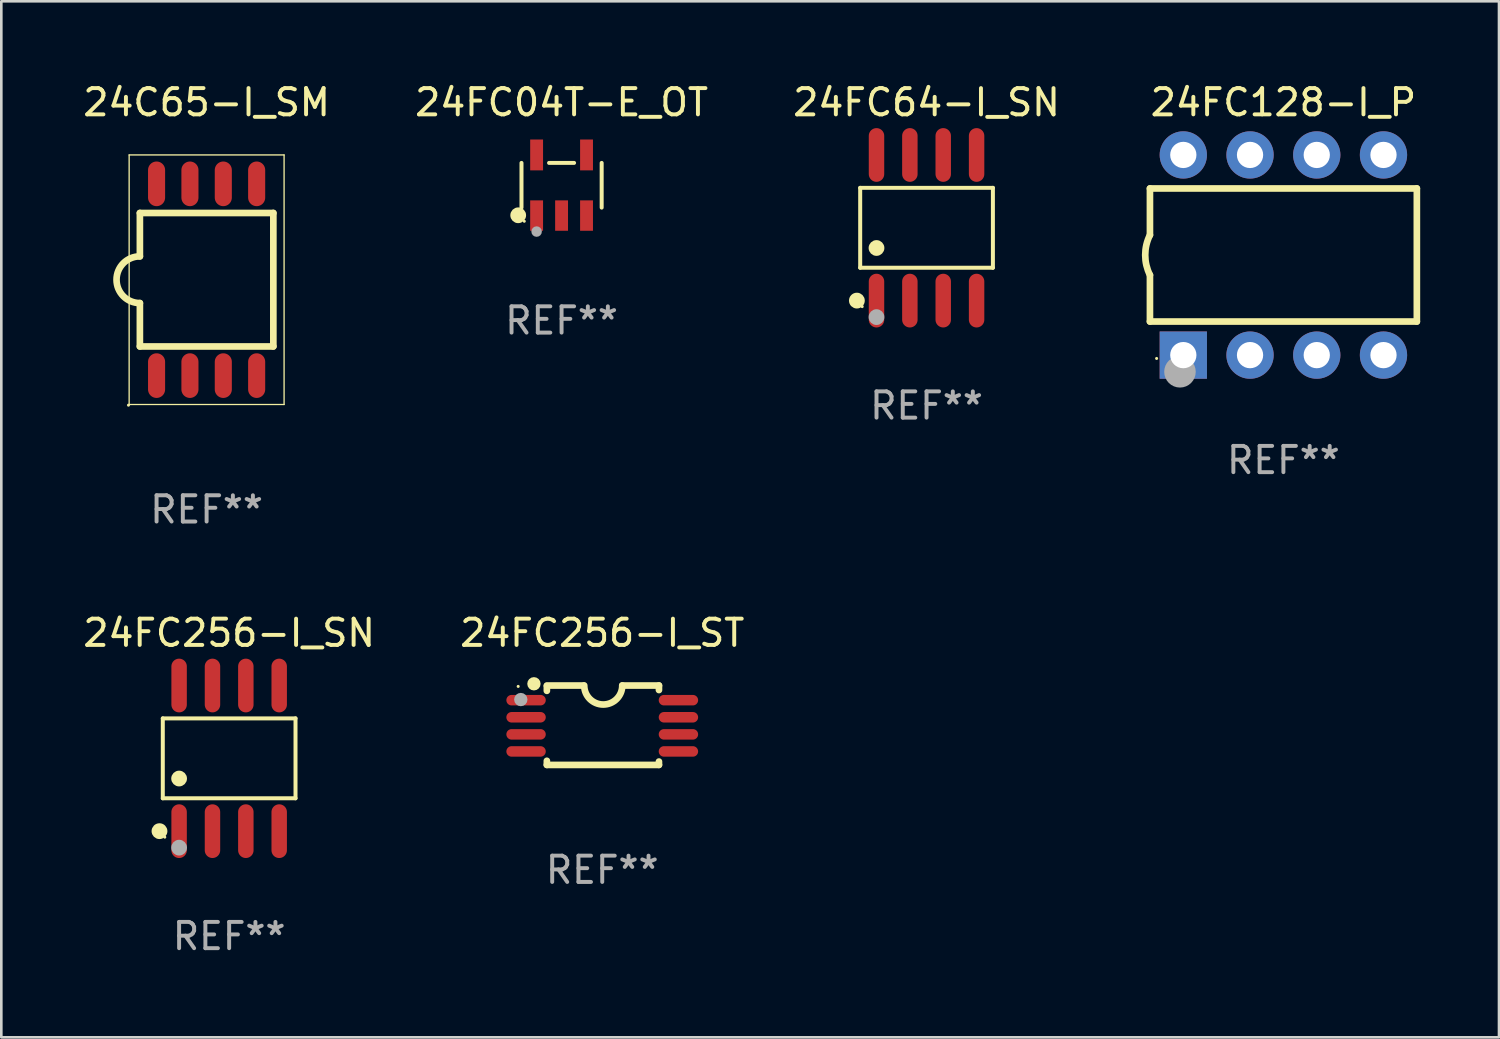
<source format=kicad_pcb>
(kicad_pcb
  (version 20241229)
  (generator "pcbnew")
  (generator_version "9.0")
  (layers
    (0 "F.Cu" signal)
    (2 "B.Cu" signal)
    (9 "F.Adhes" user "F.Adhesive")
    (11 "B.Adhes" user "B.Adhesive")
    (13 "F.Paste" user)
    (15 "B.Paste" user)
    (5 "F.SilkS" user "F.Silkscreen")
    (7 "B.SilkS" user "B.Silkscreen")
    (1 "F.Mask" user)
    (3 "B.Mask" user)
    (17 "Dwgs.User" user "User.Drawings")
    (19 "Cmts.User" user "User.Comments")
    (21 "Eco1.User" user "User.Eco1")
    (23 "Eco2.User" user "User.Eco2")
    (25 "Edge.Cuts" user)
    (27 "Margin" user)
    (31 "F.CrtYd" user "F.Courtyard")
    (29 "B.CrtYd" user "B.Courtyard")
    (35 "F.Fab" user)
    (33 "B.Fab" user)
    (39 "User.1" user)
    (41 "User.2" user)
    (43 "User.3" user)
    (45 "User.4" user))
  (footprint "24FC256-I_ST"
    (layer "F.Cu")
    (at 19.875 24.556)
    (property "Reference" "24FC256-I_ST" (at 0 -3.511 0) (layer "F.SilkS") (effects (font (size 1 1) (thickness 0.15))))
    (attr through_hole)
    (fp_line (start -2.108 -1.511) (end -0.711 -1.511) (stroke (width 0.254) (type solid)) (layer "F.SilkS"))
    (fp_line (start -2.108 -1.309) (end -2.108 -1.486) (stroke (width 0.254) (type solid)) (layer "F.SilkS"))
    (fp_line (start -2.108 1.511) (end -2.108 1.355) (stroke (width 0.254) (type solid)) (layer "F.SilkS"))
    (fp_line (start 0.762 -1.511) (end 2.159 -1.511) (stroke (width 0.254) (type solid)) (layer "F.SilkS"))
    (fp_line (start 2.159 -1.511) (end 2.159 -1.339) (stroke (width 0.254) (type solid)) (layer "F.SilkS"))
    (fp_line (start 2.159 1.384) (end 2.159 1.511) (stroke (width 0.254) (type solid)) (layer "F.SilkS"))
    (fp_line (start 2.159 1.511) (end -2.108 1.511) (stroke (width 0.254) (type solid)) (layer "F.SilkS"))
    (fp_arc (start 0.762002 -1.511303) (mid 0.0381 -0.787401) (end -0.685802 -1.511303) (stroke (width 0.254001) (type solid)) (layer "F.SilkS"))
    (fp_circle (center -3.2 -1.477) (end -3.17 -1.477) (stroke (width 0.06) (type solid)) (fill no) (layer "F.SilkS"))
    (fp_circle (center -2.6 -1.577) (end -2.473 -1.577) (stroke (width 0.254) (type solid)) (fill no) (layer "F.SilkS"))
    (fp_circle (center -3.1 -0.977) (end -2.973 -0.977) (stroke (width 0.254) (type solid)) (fill no) (layer "F.Fab"))
    (fp_text user "REF**" (at 0 5.511 0) (layer "F.Fab") (effects (font (size 1 1) (thickness 0.15))))
    (pad "1" smd oval (at -2.9 -0.953 90) (size 0.4 1.5) (layers "F.Cu" "F.Mask" "F.Paste"))
    (pad "2" smd oval (at -2.9 -0.302 90) (size 0.4 1.5) (layers "F.Cu" "F.Mask" "F.Paste"))
    (pad "3" smd oval (at -2.9 0.348 90) (size 0.4 1.5) (layers "F.Cu" "F.Mask" "F.Paste"))
    (pad "4" smd oval (at -2.9 0.998 90) (size 0.4 1.5) (layers "F.Cu" "F.Mask" "F.Paste"))
    (pad "5" smd oval (at 2.9 0.998 90) (size 0.4 1.5) (layers "F.Cu" "F.Mask" "F.Paste"))
    (pad "6" smd oval (at 2.9 0.348 90) (size 0.4 1.5) (layers "F.Cu" "F.Mask" "F.Paste"))
    (pad "7" smd oval (at 2.9 -0.302 90) (size 0.4 1.5) (layers "F.Cu" "F.Mask" "F.Paste"))
    (pad "8" smd oval (at 2.9 -0.953 90) (size 0.4 1.5) (layers "F.Cu" "F.Mask" "F.Paste")))
  (footprint "24FC128-I_P"
    (layer "F.Cu")
    (at 45.804 6.658)
    (property "Reference" "24FC128-I_P" (at 0 -5.81 0) (layer "F.SilkS") (effects (font (size 1 1) (thickness 0.15))))
    (attr through_hole)
    (fp_line (start -5.08 -2.534) (end 5.08 -2.534) (stroke (width 0.254) (type solid)) (layer "F.SilkS"))
    (fp_line (start -5.08 -0.762) (end -5.08 -2.534) (stroke (width 0.254) (type solid)) (layer "F.SilkS"))
    (fp_line (start -5.08 2.531) (end -5.08 0.762) (stroke (width 0.254) (type solid)) (layer "F.SilkS"))
    (fp_line (start -5.08 2.531) (end 5.08 2.531) (stroke (width 0.254) (type solid)) (layer "F.SilkS"))
    (fp_line (start 5.08 2.531) (end 5.08 -2.534) (stroke (width 0.254) (type solid)) (layer "F.SilkS"))
    (fp_arc (start -5.08001 0.762001) (mid -5.259894 0) (end -5.08001 -0.762002) (stroke (width 0.254001) (type solid)) (layer "F.SilkS"))
    (fp_circle (center -4.826 3.937) (end -4.796 3.937) (stroke (width 0.06) (type solid)) (fill no) (layer "F.SilkS"))
    (fp_circle (center -3.937 4.445) (end -3.637 4.445) (stroke (width 0.6) (type solid)) (fill no) (layer "F.Fab"))
    (fp_text user "REF**" (at 0 7.81 0) (layer "F.Fab") (effects (font (size 1 1) (thickness 0.15))))
    (pad "1" thru_hole rect (at -3.81 3.81) (size 1.8 1.8) (drill 1) (layers "*.Cu" "*.Mask"))
    (pad "2" thru_hole circle (at -1.27 3.81) (size 1.8 1.8) (drill 1) (layers "*.Cu" "*.Mask"))
    (pad "3" thru_hole circle (at 1.27 3.81) (size 1.8 1.8) (drill 1) (layers "*.Cu" "*.Mask"))
    (pad "4" thru_hole circle (at 3.81 3.81) (size 1.8 1.8) (drill 1) (layers "*.Cu" "*.Mask"))
    (pad "5" thru_hole circle (at 3.81 -3.81) (size 1.8 1.8) (drill 1) (layers "*.Cu" "*.Mask"))
    (pad "6" thru_hole circle (at 1.27 -3.81) (size 1.8 1.8) (drill 1) (layers "*.Cu" "*.Mask"))
    (pad "7" thru_hole circle (at -1.27 -3.81) (size 1.8 1.8) (drill 1) (layers "*.Cu" "*.Mask"))
    (pad "8" thru_hole circle (at -3.81 -3.81) (size 1.8 1.8) (drill 1) (layers "*.Cu" "*.Mask")))
  (footprint "24FC04T-E_OT"
    (layer "F.Cu")
    (at 18.327 4.002)
    (property "Reference" "24FC04T-E_OT" (at 0 -3.154 0) (layer "F.SilkS") (effects (font (size 1 1) (thickness 0.15))))
    (attr through_hole)
    (fp_line (start -1.526 0.851) (end -1.526 -0.851) (stroke (width 0.152) (type solid)) (layer "F.SilkS"))
    (fp_line (start 0.476 -0.851) (end -0.476 -0.851) (stroke (width 0.152) (type solid)) (layer "F.SilkS"))
    (fp_line (start 1.526 0.851) (end 1.526 -0.851) (stroke (width 0.152) (type solid)) (layer "F.SilkS"))
    (fp_circle (center -1.651 1.143) (end -1.501 1.143) (stroke (width 0.3) (type solid)) (fill no) (layer "F.SilkS"))
    (fp_circle (center -1.42 1.37) (end -1.39 1.37) (stroke (width 0.06) (type solid)) (fill no) (layer "F.SilkS"))
    (fp_circle (center -0.95 1.763) (end -0.85 1.763) (stroke (width 0.2) (type solid)) (fill no) (layer "F.Fab"))
    (fp_text user "REF**" (at 0 5.154 0) (layer "F.Fab") (effects (font (size 1 1) (thickness 0.15))))
    (pad "1" smd rect (at -0.95 1.154) (size 0.49 1.157) (layers "F.Cu" "F.Mask" "F.Paste"))
    (pad "2" smd rect (at 0 1.154) (size 0.49 1.157) (layers "F.Cu" "F.Mask" "F.Paste"))
    (pad "3" smd rect (at 0.95 1.154) (size 0.49 1.157) (layers "F.Cu" "F.Mask" "F.Paste"))
    (pad "4" smd rect (at 0.95 -1.154) (size 0.49 1.175) (layers "F.Cu" "F.Mask" "F.Paste"))
    (pad "5" smd rect (at -0.95 -1.154) (size 0.49 1.175) (layers "F.Cu" "F.Mask" "F.Paste")))
  (footprint "24FC64-I_SN"
    (layer "F.Cu")
    (at 32.22 5.621)
    (property "Reference" "24FC64-I_SN" (at 0 -4.772 0) (layer "F.SilkS") (effects (font (size 1 1) (thickness 0.15))))
    (attr through_hole)
    (fp_line (start -2.526 -1.521) (end 2.526 -1.521) (stroke (width 0.152) (type solid)) (layer "F.SilkS"))
    (fp_line (start -2.526 1.521) (end -2.526 -1.521) (stroke (width 0.152) (type solid)) (layer "F.SilkS"))
    (fp_line (start 2.526 -1.521) (end 2.526 1.521) (stroke (width 0.152) (type solid)) (layer "F.SilkS"))
    (fp_line (start 2.526 1.521) (end -2.526 1.521) (stroke (width 0.152) (type solid)) (layer "F.SilkS"))
    (fp_circle (center -2.652 2.772) (end -2.501 2.772) (stroke (width 0.3) (type solid)) (fill no) (layer "F.SilkS"))
    (fp_circle (center -2.45 3) (end -2.42 3) (stroke (width 0.06) (type solid)) (fill no) (layer "F.SilkS"))
    (fp_circle (center -1.905 0.769) (end -1.755 0.769) (stroke (width 0.3) (type solid)) (fill no) (layer "F.SilkS"))
    (fp_circle (center -1.905 3.4) (end -1.755 3.4) (stroke (width 0.3) (type solid)) (fill no) (layer "F.Fab"))
    (fp_text user "REF**" (at 0 6.772 0) (layer "F.Fab") (effects (font (size 1 1) (thickness 0.15))))
    (pad "1" smd oval (at -1.905 2.772) (size 0.588 2.045) (layers "F.Cu" "F.Mask" "F.Paste"))
    (pad "2" smd oval (at -0.635 2.772) (size 0.588 2.045) (layers "F.Cu" "F.Mask" "F.Paste"))
    (pad "3" smd oval (at 0.635 2.772) (size 0.588 2.045) (layers "F.Cu" "F.Mask" "F.Paste"))
    (pad "4" smd oval (at 1.905 2.772) (size 0.588 2.045) (layers "F.Cu" "F.Mask" "F.Paste"))
    (pad "5" smd oval (at 1.905 -2.772) (size 0.588 2.045) (layers "F.Cu" "F.Mask" "F.Paste"))
    (pad "6" smd oval (at 0.635 -2.772) (size 0.588 2.045) (layers "F.Cu" "F.Mask" "F.Paste"))
    (pad "7" smd oval (at -0.635 -2.772) (size 0.588 2.045) (layers "F.Cu" "F.Mask" "F.Paste"))
    (pad "8" smd oval (at -1.905 -2.772) (size 0.588 2.045) (layers "F.Cu" "F.Mask" "F.Paste")))
  (footprint "24FC256-I_SN"
    (layer "F.Cu")
    (at 5.673 25.817)
    (property "Reference" "24FC256-I_SN" (at 0 -4.772 0) (layer "F.SilkS") (effects (font (size 1 1) (thickness 0.15))))
    (attr through_hole)
    (fp_line (start -2.526 -1.521) (end 2.526 -1.521) (stroke (width 0.152) (type solid)) (layer "F.SilkS"))
    (fp_line (start -2.526 1.521) (end -2.526 -1.521) (stroke (width 0.152) (type solid)) (layer "F.SilkS"))
    (fp_line (start 2.526 -1.521) (end 2.526 1.521) (stroke (width 0.152) (type solid)) (layer "F.SilkS"))
    (fp_line (start 2.526 1.521) (end -2.526 1.521) (stroke (width 0.152) (type solid)) (layer "F.SilkS"))
    (fp_circle (center -2.652 2.772) (end -2.501 2.772) (stroke (width 0.3) (type solid)) (fill no) (layer "F.SilkS"))
    (fp_circle (center -2.45 3) (end -2.42 3) (stroke (width 0.06) (type solid)) (fill no) (layer "F.SilkS"))
    (fp_circle (center -1.905 0.769) (end -1.755 0.769) (stroke (width 0.3) (type solid)) (fill no) (layer "F.SilkS"))
    (fp_circle (center -1.905 3.4) (end -1.755 3.4) (stroke (width 0.3) (type solid)) (fill no) (layer "F.Fab"))
    (fp_text user "REF**" (at 0 6.772 0) (layer "F.Fab") (effects (font (size 1 1) (thickness 0.15))))
    (pad "1" smd oval (at -1.905 2.772) (size 0.588 2.045) (layers "F.Cu" "F.Mask" "F.Paste"))
    (pad "2" smd oval (at -0.635 2.772) (size 0.588 2.045) (layers "F.Cu" "F.Mask" "F.Paste"))
    (pad "3" smd oval (at 0.635 2.772) (size 0.588 2.045) (layers "F.Cu" "F.Mask" "F.Paste"))
    (pad "4" smd oval (at 1.905 2.772) (size 0.588 2.045) (layers "F.Cu" "F.Mask" "F.Paste"))
    (pad "5" smd oval (at 1.905 -2.772) (size 0.588 2.045) (layers "F.Cu" "F.Mask" "F.Paste"))
    (pad "6" smd oval (at 0.635 -2.772) (size 0.588 2.045) (layers "F.Cu" "F.Mask" "F.Paste"))
    (pad "7" smd oval (at -0.635 -2.772) (size 0.588 2.045) (layers "F.Cu" "F.Mask" "F.Paste"))
    (pad "8" smd oval (at -1.905 -2.772) (size 0.588 2.045) (layers "F.Cu" "F.Mask" "F.Paste")))
  (footprint "24C65-I_SM"
    (layer "F.Cu")
    (at 4.815 7.598)
    (property "Reference" "24C65-I_SM" (at 0 -6.75 0) (layer "F.SilkS") (effects (font (size 1 1) (thickness 0.15))))
    (attr through_hole)
    (fp_line (start -2.949 -4.75) (end -2.949 4.75) (stroke (width 0.05) (type solid)) (layer "F.SilkS"))
    (fp_line (start -2.949 4.75) (end 2.949 4.75) (stroke (width 0.05) (type solid)) (layer "F.SilkS"))
    (fp_line (start -2.54 -2.54) (end 2.54 -2.54) (stroke (width 0.254) (type solid)) (layer "F.SilkS"))
    (fp_line (start -2.54 -0.889) (end -2.54 -2.54) (stroke (width 0.254) (type solid)) (layer "F.SilkS"))
    (fp_line (start -2.54 2.54) (end -2.54 0.889) (stroke (width 0.254) (type solid)) (layer "F.SilkS"))
    (fp_line (start 2.54 -2.54) (end 2.54 2.54) (stroke (width 0.254) (type solid)) (layer "F.SilkS"))
    (fp_line (start 2.54 2.54) (end -2.54 2.54) (stroke (width 0.254) (type solid)) (layer "F.SilkS"))
    (fp_line (start 2.949 -4.75) (end -2.949 -4.75) (stroke (width 0.05) (type solid)) (layer "F.SilkS"))
    (fp_line (start 2.949 4.75) (end 2.949 -4.75) (stroke (width 0.05) (type solid)) (layer "F.SilkS"))
    (fp_arc (start -2.540005 0.889002) (mid -3.426952 0.000025) (end -2.540005 -0.888952) (stroke (width 0.254001) (type solid)) (layer "F.SilkS"))
    (fp_circle (center -2.974 4.775) (end -2.944 4.775) (stroke (width 0.06) (type solid)) (fill no) (layer "F.SilkS"))
    (fp_text user "REF**" (at 0 8.75 0) (layer "F.Fab") (effects (font (size 1 1) (thickness 0.15))))
    (pad "1" smd oval (at -1.905 3.65 90) (size 1.7 0.65) (layers "F.Cu" "F.Mask" "F.Paste"))
    (pad "2" smd oval (at -0.635 3.65 90) (size 1.7 0.65) (layers "F.Cu" "F.Mask" "F.Paste"))
    (pad "3" smd oval (at 0.635 3.65 90) (size 1.7 0.65) (layers "F.Cu" "F.Mask" "F.Paste"))
    (pad "4" smd oval (at 1.905 3.65 90) (size 1.7 0.65) (layers "F.Cu" "F.Mask" "F.Paste"))
    (pad "5" smd oval (at 1.905 -3.65 90) (size 1.7 0.65) (layers "F.Cu" "F.Mask" "F.Paste"))
    (pad "6" smd oval (at 0.635 -3.65 90) (size 1.7 0.65) (layers "F.Cu" "F.Mask" "F.Paste"))
    (pad "7" smd oval (at -0.635 -3.65 90) (size 1.7 0.65) (layers "F.Cu" "F.Mask" "F.Paste"))
    (pad "8" smd oval (at -1.905 -3.65 90) (size 1.7 0.65) (layers "F.Cu" "F.Mask" "F.Paste")))
  (gr_rect
    (start -3 -3)
    (end 54.011 36.437)
    (stroke (width 0.1) (type default))
    (fill no)
    (layer "Edge.Cuts")))
</source>
